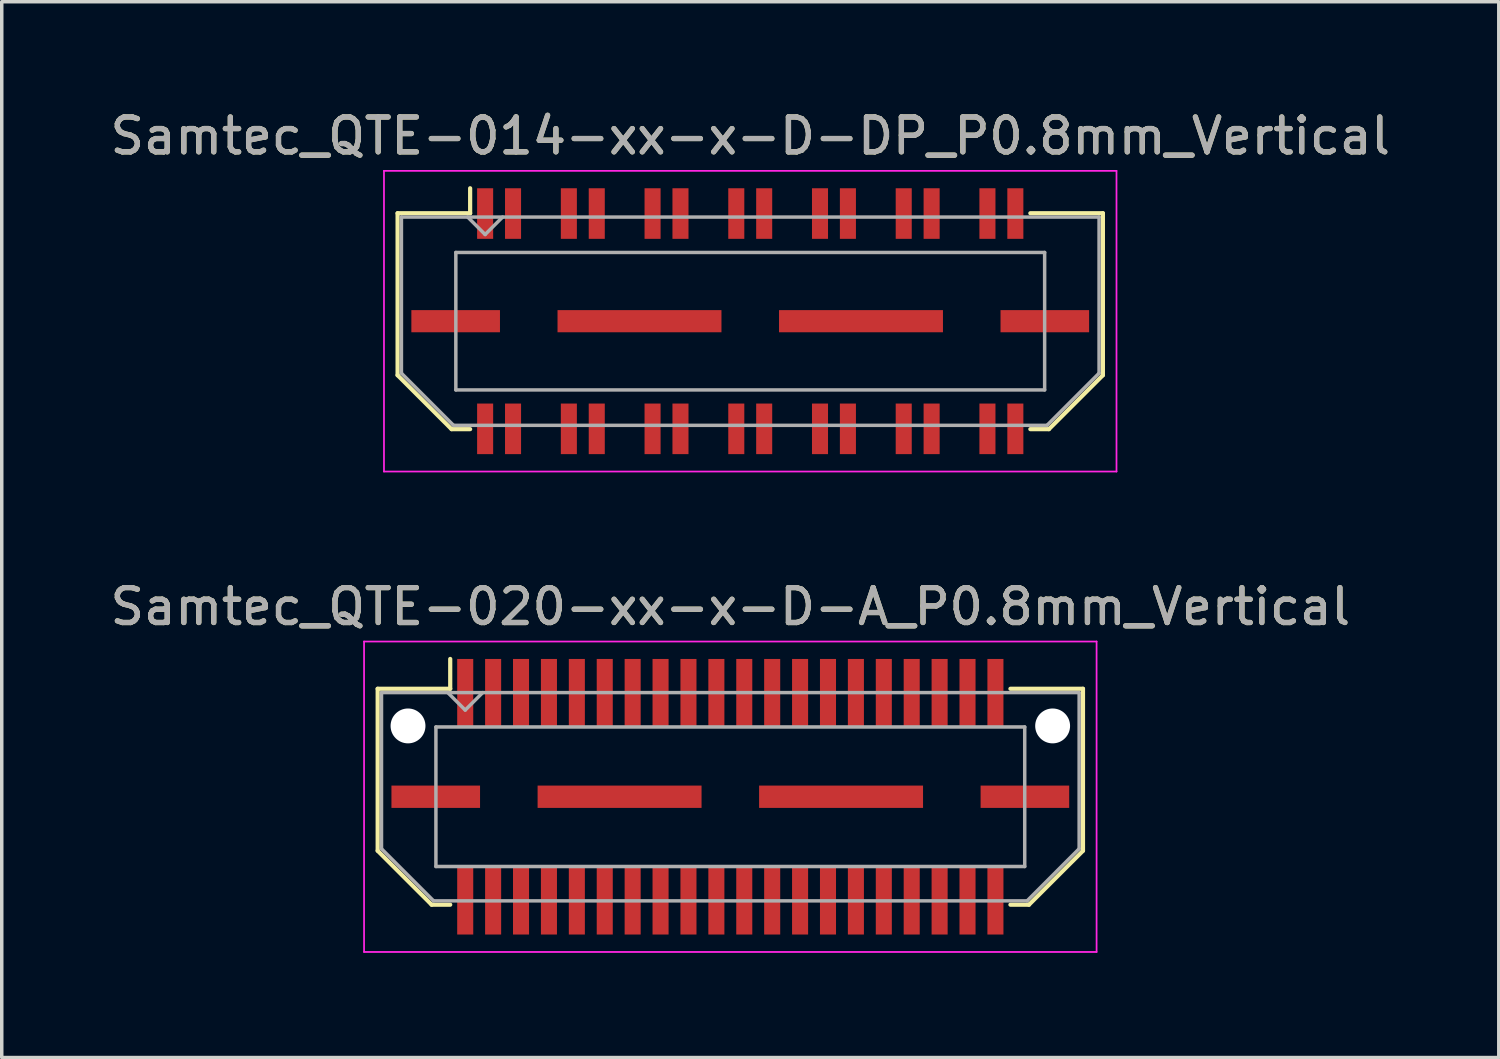
<source format=kicad_pcb>
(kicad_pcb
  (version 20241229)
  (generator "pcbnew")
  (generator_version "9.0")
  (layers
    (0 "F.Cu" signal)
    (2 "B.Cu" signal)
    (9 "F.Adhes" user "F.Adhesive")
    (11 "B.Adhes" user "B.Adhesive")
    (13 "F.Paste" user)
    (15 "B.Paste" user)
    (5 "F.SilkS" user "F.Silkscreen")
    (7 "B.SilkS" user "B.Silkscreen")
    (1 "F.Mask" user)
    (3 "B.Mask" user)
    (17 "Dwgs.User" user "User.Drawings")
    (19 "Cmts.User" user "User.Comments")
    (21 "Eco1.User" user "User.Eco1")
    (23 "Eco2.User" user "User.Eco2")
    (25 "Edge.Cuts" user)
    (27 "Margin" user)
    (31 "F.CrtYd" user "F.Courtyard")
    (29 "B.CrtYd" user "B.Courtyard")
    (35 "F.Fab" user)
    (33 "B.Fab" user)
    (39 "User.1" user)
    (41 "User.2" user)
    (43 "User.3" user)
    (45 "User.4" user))
  (footprint "Samtec_QTE-020-xx-x-D-A_P0.8mm_Vertical"
    (layer "F.Cu")
    (at 17.887 19.791)
    (property "Reference" "Samtec_QTE-020-xx-x-D-A_P0.8mm_Vertical" (at 0 -5.45 0) (layer "F.SilkS") (effects (font (size 1 1) (thickness 0.15))))
    (attr smd)
    (fp_line (start -10.11 -3.095) (end -10.11 1.548) (stroke (width 0.12) (type solid)) (layer "F.SilkS"))
    (fp_line (start -10.11 1.548) (end -8.562 3.095) (stroke (width 0.12) (type solid)) (layer "F.SilkS"))
    (fp_line (start -8.562 3.095) (end -8.03 3.095) (stroke (width 0.12) (type solid)) (layer "F.SilkS"))
    (fp_line (start -8.03 -3.95) (end -8.03 -3.095) (stroke (width 0.12) (type solid)) (layer "F.SilkS"))
    (fp_line (start -8.03 -3.095) (end -10.11 -3.095) (stroke (width 0.12) (type solid)) (layer "F.SilkS"))
    (fp_line (start 8.03 -3.095) (end 10.11 -3.095) (stroke (width 0.12) (type solid)) (layer "F.SilkS"))
    (fp_line (start 8.562 3.095) (end 8.03 3.095) (stroke (width 0.12) (type solid)) (layer "F.SilkS"))
    (fp_line (start 10.11 -3.095) (end 10.11 1.548) (stroke (width 0.12) (type solid)) (layer "F.SilkS"))
    (fp_line (start 10.11 1.548) (end 8.562 3.095) (stroke (width 0.12) (type solid)) (layer "F.SilkS"))
    (fp_line (start -10.5 -4.45) (end -10.5 4.45) (stroke (width 0.05) (type solid)) (layer "F.CrtYd"))
    (fp_line (start -10.5 4.45) (end 10.5 4.45) (stroke (width 0.05) (type solid)) (layer "F.CrtYd"))
    (fp_line (start 10.5 -4.45) (end -10.5 -4.45) (stroke (width 0.05) (type solid)) (layer "F.CrtYd"))
    (fp_line (start 10.5 4.45) (end 10.5 -4.45) (stroke (width 0.05) (type solid)) (layer "F.CrtYd"))
    (fp_line (start -10 -2.985) (end -10 1.492) (stroke (width 0.1) (type solid)) (layer "F.Fab"))
    (fp_line (start -10 -2.985) (end 10 -2.985) (stroke (width 0.1) (type solid)) (layer "F.Fab"))
    (fp_line (start -10 1.492) (end -8.508 2.985) (stroke (width 0.1) (type solid)) (layer "F.Fab"))
    (fp_line (start -8.508 2.985) (end 8.508 2.985) (stroke (width 0.1) (type solid)) (layer "F.Fab"))
    (fp_line (start -8.44 -2) (end -8.44 2) (stroke (width 0.1) (type solid)) (layer "F.Fab"))
    (fp_line (start -8.44 2) (end 8.44 2) (stroke (width 0.1) (type solid)) (layer "F.Fab"))
    (fp_line (start -7.6 -2.485) (end -8.1 -2.985) (stroke (width 0.1) (type solid)) (layer "F.Fab"))
    (fp_line (start -7.1 -2.985) (end -7.6 -2.485) (stroke (width 0.1) (type solid)) (layer "F.Fab"))
    (fp_line (start 8.44 -2) (end -8.44 -2) (stroke (width 0.1) (type solid)) (layer "F.Fab"))
    (fp_line (start 8.44 2) (end 8.44 -2) (stroke (width 0.1) (type solid)) (layer "F.Fab"))
    (fp_line (start 10 -2.985) (end 10 1.492) (stroke (width 0.1) (type solid)) (layer "F.Fab"))
    (fp_line (start 10 1.492) (end 8.508 2.985) (stroke (width 0.1) (type solid)) (layer "F.Fab"))
    (fp_text user "${REFERENCE}" (at 0 -5.45 0) (layer "F.Fab") (effects (font (size 1 1) (thickness 0.15))))
    (pad "" np_thru_hole circle (at -9.24 -2.03) (size 1 1) (drill 1) (layers "*.Cu" "*.Mask"))
    (pad "" np_thru_hole circle (at 9.24 -2.03) (size 1 1) (drill 1) (layers "*.Cu" "*.Mask"))
    (pad "1" smd rect (at -7.6 -2.98) (size 0.46 1.94) (layers "F.Cu" "F.Mask" "F.Paste"))
    (pad "2" smd rect (at -7.6 2.98) (size 0.46 1.94) (layers "F.Cu" "F.Mask" "F.Paste"))
    (pad "3" smd rect (at -6.8 -2.98) (size 0.46 1.94) (layers "F.Cu" "F.Mask" "F.Paste"))
    (pad "4" smd rect (at -6.8 2.98) (size 0.46 1.94) (layers "F.Cu" "F.Mask" "F.Paste"))
    (pad "5" smd rect (at -6 -2.98) (size 0.46 1.94) (layers "F.Cu" "F.Mask" "F.Paste"))
    (pad "6" smd rect (at -6 2.98) (size 0.46 1.94) (layers "F.Cu" "F.Mask" "F.Paste"))
    (pad "7" smd rect (at -5.2 -2.98) (size 0.46 1.94) (layers "F.Cu" "F.Mask" "F.Paste"))
    (pad "8" smd rect (at -5.2 2.98) (size 0.46 1.94) (layers "F.Cu" "F.Mask" "F.Paste"))
    (pad "9" smd rect (at -4.4 -2.98) (size 0.46 1.94) (layers "F.Cu" "F.Mask" "F.Paste"))
    (pad "10" smd rect (at -4.4 2.98) (size 0.46 1.94) (layers "F.Cu" "F.Mask" "F.Paste"))
    (pad "11" smd rect (at -3.6 -2.98) (size 0.46 1.94) (layers "F.Cu" "F.Mask" "F.Paste"))
    (pad "12" smd rect (at -3.6 2.98) (size 0.46 1.94) (layers "F.Cu" "F.Mask" "F.Paste"))
    (pad "13" smd rect (at -2.8 -2.98) (size 0.46 1.94) (layers "F.Cu" "F.Mask" "F.Paste"))
    (pad "14" smd rect (at -2.8 2.98) (size 0.46 1.94) (layers "F.Cu" "F.Mask" "F.Paste"))
    (pad "15" smd rect (at -2 -2.98) (size 0.46 1.94) (layers "F.Cu" "F.Mask" "F.Paste"))
    (pad "16" smd rect (at -2 2.98) (size 0.46 1.94) (layers "F.Cu" "F.Mask" "F.Paste"))
    (pad "17" smd rect (at -1.2 -2.98) (size 0.46 1.94) (layers "F.Cu" "F.Mask" "F.Paste"))
    (pad "18" smd rect (at -1.2 2.98) (size 0.46 1.94) (layers "F.Cu" "F.Mask" "F.Paste"))
    (pad "19" smd rect (at -0.4 -2.98) (size 0.46 1.94) (layers "F.Cu" "F.Mask" "F.Paste"))
    (pad "20" smd rect (at -0.4 2.98) (size 0.46 1.94) (layers "F.Cu" "F.Mask" "F.Paste"))
    (pad "21" smd rect (at 0.4 -2.98) (size 0.46 1.94) (layers "F.Cu" "F.Mask" "F.Paste"))
    (pad "22" smd rect (at 0.4 2.98) (size 0.46 1.94) (layers "F.Cu" "F.Mask" "F.Paste"))
    (pad "23" smd rect (at 1.2 -2.98) (size 0.46 1.94) (layers "F.Cu" "F.Mask" "F.Paste"))
    (pad "24" smd rect (at 1.2 2.98) (size 0.46 1.94) (layers "F.Cu" "F.Mask" "F.Paste"))
    (pad "25" smd rect (at 2 -2.98) (size 0.46 1.94) (layers "F.Cu" "F.Mask" "F.Paste"))
    (pad "26" smd rect (at 2 2.98) (size 0.46 1.94) (layers "F.Cu" "F.Mask" "F.Paste"))
    (pad "27" smd rect (at 2.8 -2.98) (size 0.46 1.94) (layers "F.Cu" "F.Mask" "F.Paste"))
    (pad "28" smd rect (at 2.8 2.98) (size 0.46 1.94) (layers "F.Cu" "F.Mask" "F.Paste"))
    (pad "29" smd rect (at 3.6 -2.98) (size 0.46 1.94) (layers "F.Cu" "F.Mask" "F.Paste"))
    (pad "30" smd rect (at 3.6 2.98) (size 0.46 1.94) (layers "F.Cu" "F.Mask" "F.Paste"))
    (pad "31" smd rect (at 4.4 -2.98) (size 0.46 1.94) (layers "F.Cu" "F.Mask" "F.Paste"))
    (pad "32" smd rect (at 4.4 2.98) (size 0.46 1.94) (layers "F.Cu" "F.Mask" "F.Paste"))
    (pad "33" smd rect (at 5.2 -2.98) (size 0.46 1.94) (layers "F.Cu" "F.Mask" "F.Paste"))
    (pad "34" smd rect (at 5.2 2.98) (size 0.46 1.94) (layers "F.Cu" "F.Mask" "F.Paste"))
    (pad "35" smd rect (at 6 -2.98) (size 0.46 1.94) (layers "F.Cu" "F.Mask" "F.Paste"))
    (pad "36" smd rect (at 6 2.98) (size 0.46 1.94) (layers "F.Cu" "F.Mask" "F.Paste"))
    (pad "37" smd rect (at 6.8 -2.98) (size 0.46 1.94) (layers "F.Cu" "F.Mask" "F.Paste"))
    (pad "38" smd rect (at 6.8 2.98) (size 0.46 1.94) (layers "F.Cu" "F.Mask" "F.Paste"))
    (pad "39" smd rect (at 7.6 -2.98) (size 0.46 1.94) (layers "F.Cu" "F.Mask" "F.Paste"))
    (pad "40" smd rect (at 7.6 2.98) (size 0.46 1.94) (layers "F.Cu" "F.Mask" "F.Paste"))
    (pad "P1" smd rect (at -8.445 0) (size 2.54 0.64) (layers "F.Cu" "F.Mask" "F.Paste"))
    (pad "P1" smd rect (at -3.175 0) (size 4.7 0.64) (layers "F.Cu" "F.Mask" "F.Paste"))
    (pad "P1" smd rect (at 3.175 0) (size 4.7 0.64) (layers "F.Cu" "F.Mask" "F.Paste"))
    (pad "P1" smd rect (at 8.445 0) (size 2.54 0.64) (layers "F.Cu" "F.Mask" "F.Paste")))
  (footprint "Samtec_QTE-014-xx-x-D-DP_P0.8mm_Vertical"
    (layer "F.Cu")
    (at 18.458 6.158)
    (property "Reference" "Samtec_QTE-014-xx-x-D-DP_P0.8mm_Vertical" (at 0 -5.31 0) (layer "F.SilkS") (effects (font (size 1 1) (thickness 0.15))))
    (attr smd)
    (fp_line (start -10.11 -3.095) (end -10.11 1.548) (stroke (width 0.12) (type solid)) (layer "F.SilkS"))
    (fp_line (start -10.11 1.548) (end -8.562 3.095) (stroke (width 0.12) (type solid)) (layer "F.SilkS"))
    (fp_line (start -8.562 3.095) (end -8.03 3.095) (stroke (width 0.12) (type solid)) (layer "F.SilkS"))
    (fp_line (start -8.03 -3.811) (end -8.03 -3.095) (stroke (width 0.12) (type solid)) (layer "F.SilkS"))
    (fp_line (start -8.03 -3.095) (end -10.11 -3.095) (stroke (width 0.12) (type solid)) (layer "F.SilkS"))
    (fp_line (start 8.03 -3.095) (end 10.11 -3.095) (stroke (width 0.12) (type solid)) (layer "F.SilkS"))
    (fp_line (start 8.562 3.095) (end 8.03 3.095) (stroke (width 0.12) (type solid)) (layer "F.SilkS"))
    (fp_line (start 10.11 -3.095) (end 10.11 1.548) (stroke (width 0.12) (type solid)) (layer "F.SilkS"))
    (fp_line (start 10.11 1.548) (end 8.562 3.095) (stroke (width 0.12) (type solid)) (layer "F.SilkS"))
    (fp_line (start -10.5 -4.31) (end -10.5 4.31) (stroke (width 0.05) (type solid)) (layer "F.CrtYd"))
    (fp_line (start -10.5 4.31) (end 10.5 4.31) (stroke (width 0.05) (type solid)) (layer "F.CrtYd"))
    (fp_line (start 10.5 -4.31) (end -10.5 -4.31) (stroke (width 0.05) (type solid)) (layer "F.CrtYd"))
    (fp_line (start 10.5 4.31) (end 10.5 -4.31) (stroke (width 0.05) (type solid)) (layer "F.CrtYd"))
    (fp_line (start -10 -2.985) (end -10 1.492) (stroke (width 0.1) (type solid)) (layer "F.Fab"))
    (fp_line (start -10 -2.985) (end 10 -2.985) (stroke (width 0.1) (type solid)) (layer "F.Fab"))
    (fp_line (start -10 1.492) (end -8.508 2.985) (stroke (width 0.1) (type solid)) (layer "F.Fab"))
    (fp_line (start -8.508 2.985) (end 8.508 2.985) (stroke (width 0.1) (type solid)) (layer "F.Fab"))
    (fp_line (start -8.44 -1.97) (end -8.44 1.97) (stroke (width 0.1) (type solid)) (layer "F.Fab"))
    (fp_line (start -8.44 1.97) (end 8.44 1.97) (stroke (width 0.1) (type solid)) (layer "F.Fab"))
    (fp_line (start -7.6 -2.485) (end -8.1 -2.985) (stroke (width 0.1) (type solid)) (layer "F.Fab"))
    (fp_line (start -7.1 -2.985) (end -7.6 -2.485) (stroke (width 0.1) (type solid)) (layer "F.Fab"))
    (fp_line (start 8.44 -1.97) (end -8.44 -1.97) (stroke (width 0.1) (type solid)) (layer "F.Fab"))
    (fp_line (start 8.44 1.97) (end 8.44 -1.97) (stroke (width 0.1) (type solid)) (layer "F.Fab"))
    (fp_line (start 10 -2.985) (end 10 1.492) (stroke (width 0.1) (type solid)) (layer "F.Fab"))
    (fp_line (start 10 1.492) (end 8.508 2.985) (stroke (width 0.1) (type solid)) (layer "F.Fab"))
    (fp_text user "${REFERENCE}" (at 0 -5.31 0) (layer "F.Fab") (effects (font (size 1 1) (thickness 0.15))))
    (pad "1" smd rect (at -7.6 -3.086) (size 0.46 1.45) (layers "F.Cu" "F.Mask" "F.Paste"))
    (pad "2" smd rect (at -7.6 3.086) (size 0.46 1.45) (layers "F.Cu" "F.Mask" "F.Paste"))
    (pad "3" smd rect (at -6.8 -3.086) (size 0.46 1.45) (layers "F.Cu" "F.Mask" "F.Paste"))
    (pad "4" smd rect (at -6.8 3.086) (size 0.46 1.45) (layers "F.Cu" "F.Mask" "F.Paste"))
    (pad "5" smd rect (at -5.2 -3.086) (size 0.46 1.45) (layers "F.Cu" "F.Mask" "F.Paste"))
    (pad "6" smd rect (at -5.2 3.086) (size 0.46 1.45) (layers "F.Cu" "F.Mask" "F.Paste"))
    (pad "7" smd rect (at -4.4 -3.086) (size 0.46 1.45) (layers "F.Cu" "F.Mask" "F.Paste"))
    (pad "8" smd rect (at -4.4 3.086) (size 0.46 1.45) (layers "F.Cu" "F.Mask" "F.Paste"))
    (pad "9" smd rect (at -2.8 -3.086) (size 0.46 1.45) (layers "F.Cu" "F.Mask" "F.Paste"))
    (pad "10" smd rect (at -2.8 3.086) (size 0.46 1.45) (layers "F.Cu" "F.Mask" "F.Paste"))
    (pad "11" smd rect (at -2 -3.086) (size 0.46 1.45) (layers "F.Cu" "F.Mask" "F.Paste"))
    (pad "12" smd rect (at -2 3.086) (size 0.46 1.45) (layers "F.Cu" "F.Mask" "F.Paste"))
    (pad "13" smd rect (at -0.4 -3.086) (size 0.46 1.45) (layers "F.Cu" "F.Mask" "F.Paste"))
    (pad "14" smd rect (at -0.4 3.086) (size 0.46 1.45) (layers "F.Cu" "F.Mask" "F.Paste"))
    (pad "15" smd rect (at 0.4 -3.086) (size 0.46 1.45) (layers "F.Cu" "F.Mask" "F.Paste"))
    (pad "16" smd rect (at 0.4 3.086) (size 0.46 1.45) (layers "F.Cu" "F.Mask" "F.Paste"))
    (pad "17" smd rect (at 2 -3.086) (size 0.46 1.45) (layers "F.Cu" "F.Mask" "F.Paste"))
    (pad "18" smd rect (at 2 3.086) (size 0.46 1.45) (layers "F.Cu" "F.Mask" "F.Paste"))
    (pad "19" smd rect (at 2.8 -3.086) (size 0.46 1.45) (layers "F.Cu" "F.Mask" "F.Paste"))
    (pad "20" smd rect (at 2.8 3.086) (size 0.46 1.45) (layers "F.Cu" "F.Mask" "F.Paste"))
    (pad "21" smd rect (at 4.4 -3.086) (size 0.46 1.45) (layers "F.Cu" "F.Mask" "F.Paste"))
    (pad "22" smd rect (at 4.4 3.086) (size 0.46 1.45) (layers "F.Cu" "F.Mask" "F.Paste"))
    (pad "23" smd rect (at 5.2 -3.086) (size 0.46 1.45) (layers "F.Cu" "F.Mask" "F.Paste"))
    (pad "24" smd rect (at 5.2 3.086) (size 0.46 1.45) (layers "F.Cu" "F.Mask" "F.Paste"))
    (pad "25" smd rect (at 6.8 -3.086) (size 0.46 1.45) (layers "F.Cu" "F.Mask" "F.Paste"))
    (pad "26" smd rect (at 6.8 3.086) (size 0.46 1.45) (layers "F.Cu" "F.Mask" "F.Paste"))
    (pad "27" smd rect (at 7.6 -3.086) (size 0.46 1.45) (layers "F.Cu" "F.Mask" "F.Paste"))
    (pad "28" smd rect (at 7.6 3.086) (size 0.46 1.45) (layers "F.Cu" "F.Mask" "F.Paste"))
    (pad "P1" smd rect (at -8.445 0) (size 2.54 0.635) (layers "F.Cu" "F.Mask" "F.Paste"))
    (pad "P1" smd rect (at -3.175 0) (size 4.7 0.635) (layers "F.Cu" "F.Mask" "F.Paste"))
    (pad "P1" smd rect (at 3.175 0) (size 4.7 0.635) (layers "F.Cu" "F.Mask" "F.Paste"))
    (pad "P1" smd rect (at 8.445 0) (size 2.54 0.635) (layers "F.Cu" "F.Mask" "F.Paste")))
  (gr_rect
    (start -3 -3)
    (end 39.917 27.267)
    (stroke (width 0.1) (type default))
    (fill no)
    (layer "Edge.Cuts")))
</source>
